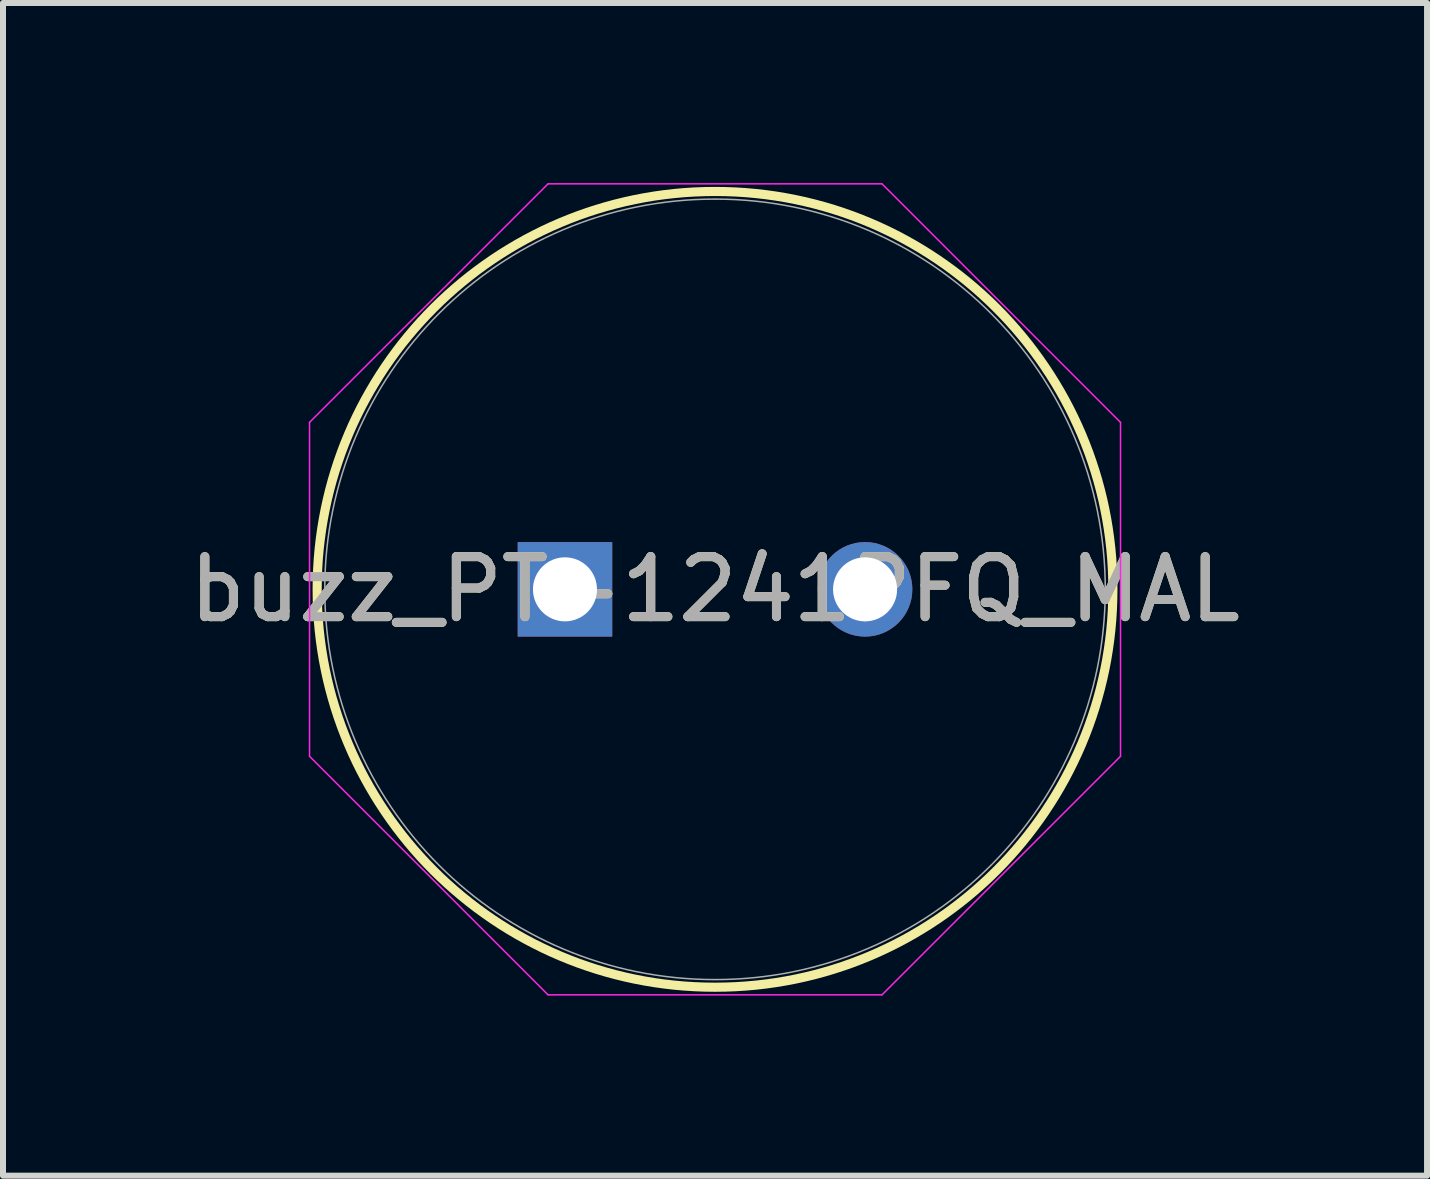
<source format=kicad_pcb>
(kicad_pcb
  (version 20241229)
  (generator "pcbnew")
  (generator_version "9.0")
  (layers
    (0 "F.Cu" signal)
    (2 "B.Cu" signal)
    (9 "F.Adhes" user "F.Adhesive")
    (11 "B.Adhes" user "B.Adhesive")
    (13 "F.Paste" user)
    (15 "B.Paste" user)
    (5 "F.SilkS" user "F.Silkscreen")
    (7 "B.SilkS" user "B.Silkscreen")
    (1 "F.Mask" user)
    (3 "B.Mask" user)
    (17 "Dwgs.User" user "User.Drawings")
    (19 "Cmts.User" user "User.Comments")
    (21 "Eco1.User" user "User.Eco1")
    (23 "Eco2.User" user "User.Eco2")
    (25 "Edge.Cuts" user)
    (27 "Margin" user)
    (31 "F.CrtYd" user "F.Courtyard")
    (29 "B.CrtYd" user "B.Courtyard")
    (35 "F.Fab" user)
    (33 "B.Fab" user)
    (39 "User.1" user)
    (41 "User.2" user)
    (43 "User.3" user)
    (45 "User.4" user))
  (footprint "buzz_PT-1241PFQ_MAL"
    (layer "F.Cu")
    (at 6.363 6.769)
    (property "Reference" "buzz_PT-1241PFQ_MAL" (at 2.5 0 0) (unlocked yes) (layer "F.SilkS") (effects (font (size 1 1) (thickness 0.15))))
    (attr through_hole)
    (fp_circle (center 2.5 0) (end 9.129 0) (stroke (width 0.152) (type solid)) (fill no) (layer "F.SilkS"))
    (fp_line (start -4.256 -2.782) (end -0.282 -6.756) (stroke (width 0.025) (type solid)) (layer "F.CrtYd"))
    (fp_line (start -4.256 2.782) (end -4.256 -2.782) (stroke (width 0.025) (type solid)) (layer "F.CrtYd"))
    (fp_line (start -0.282 -6.756) (end 5.282 -6.756) (stroke (width 0.025) (type solid)) (layer "F.CrtYd"))
    (fp_line (start -0.282 6.756) (end -4.256 2.782) (stroke (width 0.025) (type solid)) (layer "F.CrtYd"))
    (fp_line (start 5.282 -6.756) (end 9.256 -2.782) (stroke (width 0.025) (type solid)) (layer "F.CrtYd"))
    (fp_line (start 5.282 6.756) (end -0.282 6.756) (stroke (width 0.025) (type solid)) (layer "F.CrtYd"))
    (fp_line (start 9.256 -2.782) (end 9.256 2.782) (stroke (width 0.025) (type solid)) (layer "F.CrtYd"))
    (fp_line (start 9.256 2.782) (end 5.282 6.756) (stroke (width 0.025) (type solid)) (layer "F.CrtYd"))
    (fp_circle (center 2.5 0) (end 9.002 0) (stroke (width 0.025) (type solid)) (fill no) (layer "F.Fab"))
    (fp_text user "${REFERENCE}" (at 2.5 0 0) (unlocked yes) (layer "F.Fab") (effects (font (size 1 1) (thickness 0.15))))
    (pad "1" thru_hole rect (at 0 0) (size 1.575 1.575) (drill 1.067) (layers "*.Cu" "*.Mask"))
    (pad "2" thru_hole circle (at 5 0) (size 1.575 1.575) (drill 1.067) (layers "*.Cu" "*.Mask")))
  (gr_rect
    (start -3 -3)
    (end 20.726 16.538)
    (stroke (width 0.1) (type default))
    (fill no)
    (layer "Edge.Cuts")))
</source>
